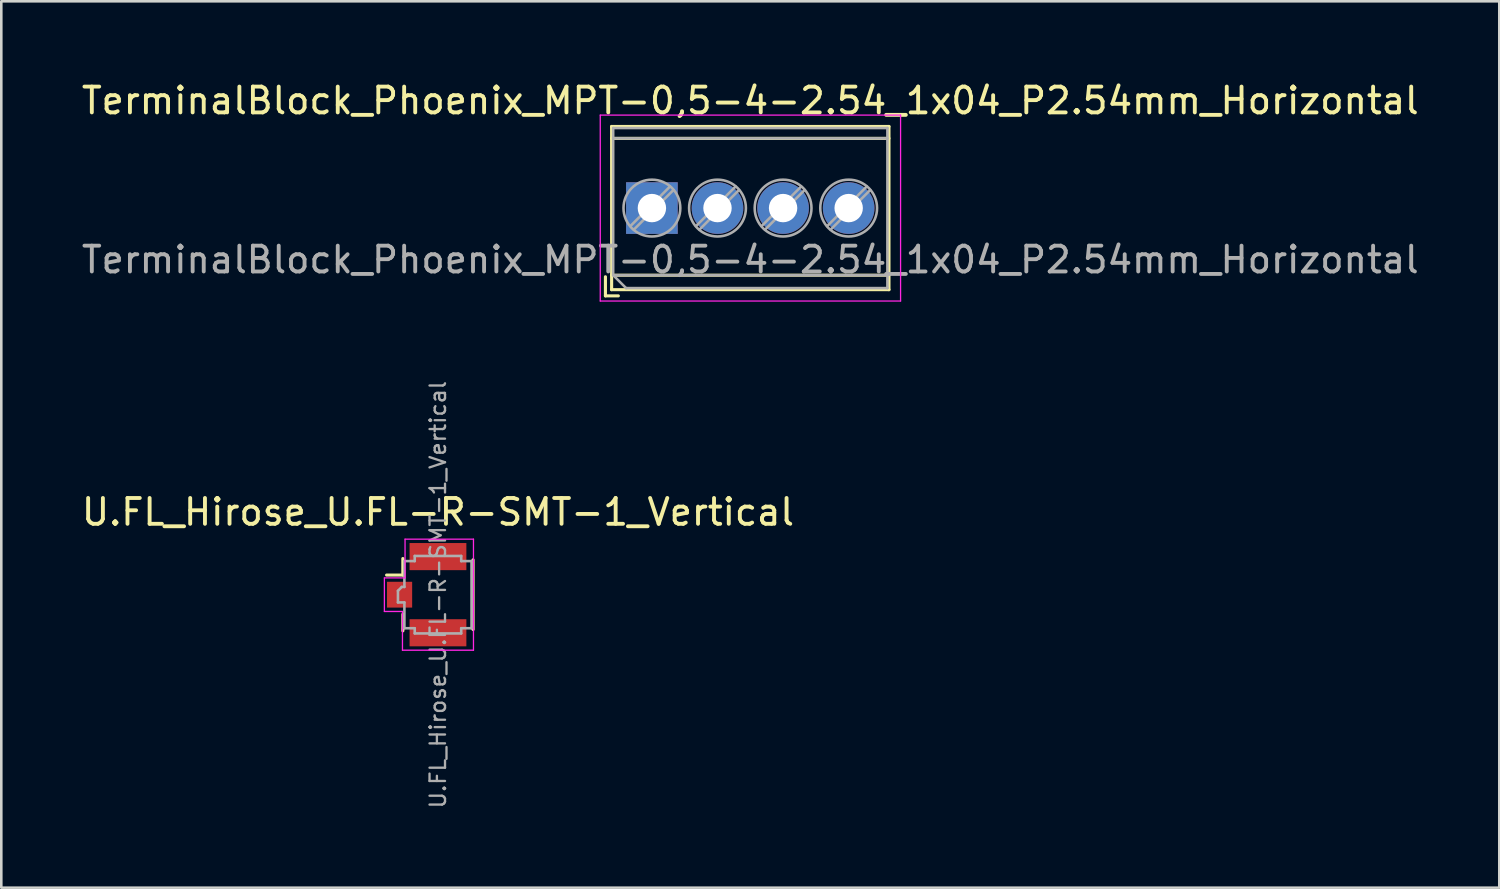
<source format=kicad_pcb>
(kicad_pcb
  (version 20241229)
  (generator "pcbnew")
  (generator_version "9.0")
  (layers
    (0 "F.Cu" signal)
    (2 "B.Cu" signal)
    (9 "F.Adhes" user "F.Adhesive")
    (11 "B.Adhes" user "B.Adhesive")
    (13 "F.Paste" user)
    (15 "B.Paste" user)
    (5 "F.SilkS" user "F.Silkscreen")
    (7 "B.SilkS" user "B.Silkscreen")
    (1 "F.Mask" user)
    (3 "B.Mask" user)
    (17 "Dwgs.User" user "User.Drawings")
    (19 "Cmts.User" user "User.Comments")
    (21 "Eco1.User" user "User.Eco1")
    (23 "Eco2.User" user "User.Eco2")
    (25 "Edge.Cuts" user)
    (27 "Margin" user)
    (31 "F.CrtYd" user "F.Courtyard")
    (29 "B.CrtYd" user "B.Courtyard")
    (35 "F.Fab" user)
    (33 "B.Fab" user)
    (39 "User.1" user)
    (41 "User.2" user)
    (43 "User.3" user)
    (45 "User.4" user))
  (footprint "U.FL_Hirose_U.FL-R-SMT-1_Vertical"
    (layer "F.Cu")
    (at 13.436 19.98)
    (property "Reference" "U.FL_Hirose_U.FL-R-SMT-1_Vertical" (at 0.475 -3.2 0) (layer "F.SilkS") (effects (font (size 1 1) (thickness 0.15))))
    (attr smd)
    (fp_line (start -0.885 -1.4) (end -0.885 -0.76) (stroke (width 0.12) (type solid)) (layer "F.SilkS"))
    (fp_line (start -0.885 -0.76) (end -1.515 -0.76) (stroke (width 0.12) (type solid)) (layer "F.SilkS"))
    (fp_line (start -0.885 1.4) (end -0.885 0.76) (stroke (width 0.12) (type solid)) (layer "F.SilkS"))
    (fp_line (start 1.835 -1.35) (end 1.835 1.35) (stroke (width 0.12) (type solid)) (layer "F.SilkS"))
    (fp_line (start -1.6 0.65) (end -1.6 -0.65) (stroke (width 0.05) (type solid)) (layer "F.CrtYd"))
    (fp_line (start -0.9 0.65) (end -1.6 0.65) (stroke (width 0.05) (type solid)) (layer "F.CrtYd"))
    (fp_line (start -0.9 2.15) (end -0.9 0.65) (stroke (width 0.05) (type solid)) (layer "F.CrtYd"))
    (fp_line (start -0.8 -0.65) (end -1.6 -0.65) (stroke (width 0.05) (type solid)) (layer "F.CrtYd"))
    (fp_line (start -0.8 -0.65) (end -0.8 -2.15) (stroke (width 0.05) (type solid)) (layer "F.CrtYd"))
    (fp_line (start 1.85 -2.15) (end -0.8 -2.15) (stroke (width 0.05) (type solid)) (layer "F.CrtYd"))
    (fp_line (start 1.85 -2.15) (end 1.85 2.15) (stroke (width 0.05) (type default)) (layer "F.CrtYd"))
    (fp_line (start 1.85 2.15) (end -0.9 2.15) (stroke (width 0.05) (type solid)) (layer "F.CrtYd"))
    (fp_line (start -1.075 0.3) (end -1.075 -0.15) (stroke (width 0.1) (type solid)) (layer "F.Fab"))
    (fp_line (start -1.075 0.3) (end -0.825 0.3) (stroke (width 0.1) (type solid)) (layer "F.Fab"))
    (fp_line (start -0.925 -0.3) (end -1.075 -0.15) (stroke (width 0.1) (type solid)) (layer "F.Fab"))
    (fp_line (start -0.925 -0.3) (end -0.825 -0.3) (stroke (width 0.1) (type solid)) (layer "F.Fab"))
    (fp_line (start -0.825 -0.3) (end -0.825 -1.3) (stroke (width 0.1) (type solid)) (layer "F.Fab"))
    (fp_line (start -0.825 0.3) (end -0.825 1.3) (stroke (width 0.1) (type solid)) (layer "F.Fab"))
    (fp_line (start -0.425 -1.5) (end -0.425 -1.3) (stroke (width 0.1) (type solid)) (layer "F.Fab"))
    (fp_line (start -0.425 -1.5) (end 1.375 -1.5) (stroke (width 0.1) (type solid)) (layer "F.Fab"))
    (fp_line (start -0.425 -1.3) (end -0.825 -1.3) (stroke (width 0.1) (type solid)) (layer "F.Fab"))
    (fp_line (start -0.425 1.3) (end -0.825 1.3) (stroke (width 0.1) (type solid)) (layer "F.Fab"))
    (fp_line (start -0.425 1.5) (end -0.425 1.3) (stroke (width 0.1) (type solid)) (layer "F.Fab"))
    (fp_line (start -0.425 1.5) (end 1.375 1.5) (stroke (width 0.1) (type solid)) (layer "F.Fab"))
    (fp_line (start 1.375 -1.5) (end 1.375 -1.3) (stroke (width 0.1) (type solid)) (layer "F.Fab"))
    (fp_line (start 1.375 1.5) (end 1.375 1.3) (stroke (width 0.1) (type solid)) (layer "F.Fab"))
    (fp_line (start 1.775 -1.3) (end 1.375 -1.3) (stroke (width 0.1) (type solid)) (layer "F.Fab"))
    (fp_line (start 1.775 -1.3) (end 1.775 1.3) (stroke (width 0.1) (type solid)) (layer "F.Fab"))
    (fp_line (start 1.775 1.3) (end 1.375 1.3) (stroke (width 0.1) (type solid)) (layer "F.Fab"))
    (fp_text user "${REFERENCE}" (at 0.475 0 90) (layer "F.Fab") (effects (font (size 0.6 0.6) (thickness 0.09))))
    (pad "1" smd rect (at -1.012 0) (size 0.975 1) (layers "F.Cu" "F.Mask" "F.Paste"))
    (pad "2" smd rect (at 0.475 -1.475) (size 2.2 1.05) (layers "F.Cu" "F.Mask" "F.Paste"))
    (pad "2" smd rect (at 0.475 1.475) (size 2.2 1.05) (layers "F.Cu" "F.Mask" "F.Paste")))
  (footprint "TerminalBlock_Phoenix_MPT-0,5-4-2.54_1x04_P2.54mm_Horizontal"
    (layer "F.Cu")
    (at 22.196 5.008)
    (property "Reference" "TerminalBlock_Phoenix_MPT-0,5-4-2.54_1x04_P2.54mm_Horizontal" (at 3.81 -4.16 0) (layer "F.SilkS") (effects (font (size 1 1) (thickness 0.15))))
    (attr through_hole)
    (fp_line (start -1.8 2.66) (end -1.8 3.4) (stroke (width 0.12) (type solid)) (layer "F.SilkS"))
    (fp_line (start -1.8 3.4) (end -1.3 3.4) (stroke (width 0.12) (type solid)) (layer "F.SilkS"))
    (fp_line (start -1.56 -3.16) (end -1.56 3.16) (stroke (width 0.12) (type solid)) (layer "F.SilkS"))
    (fp_line (start -1.56 -3.16) (end 9.18 -3.16) (stroke (width 0.12) (type solid)) (layer "F.SilkS"))
    (fp_line (start -1.56 -2.7) (end 9.18 -2.7) (stroke (width 0.12) (type solid)) (layer "F.SilkS"))
    (fp_line (start -1.56 2.6) (end 9.18 2.6) (stroke (width 0.12) (type solid)) (layer "F.SilkS"))
    (fp_line (start -1.56 3.16) (end 9.18 3.16) (stroke (width 0.12) (type solid)) (layer "F.SilkS"))
    (fp_line (start 9.18 -3.16) (end 9.18 3.16) (stroke (width 0.12) (type solid)) (layer "F.SilkS"))
    (fp_line (start -2 -3.6) (end -2 3.6) (stroke (width 0.05) (type solid)) (layer "F.CrtYd"))
    (fp_line (start -2 3.6) (end 9.63 3.6) (stroke (width 0.05) (type solid)) (layer "F.CrtYd"))
    (fp_line (start 9.63 -3.6) (end -2 -3.6) (stroke (width 0.05) (type solid)) (layer "F.CrtYd"))
    (fp_line (start 9.63 3.6) (end 9.63 -3.6) (stroke (width 0.05) (type solid)) (layer "F.CrtYd"))
    (fp_line (start -1.5 -3.1) (end 9.12 -3.1) (stroke (width 0.1) (type solid)) (layer "F.Fab"))
    (fp_line (start -1.5 -2.7) (end 9.12 -2.7) (stroke (width 0.1) (type solid)) (layer "F.Fab"))
    (fp_line (start -1.5 2.6) (end -1.5 -3.1) (stroke (width 0.1) (type solid)) (layer "F.Fab"))
    (fp_line (start -1.5 2.6) (end 9.12 2.6) (stroke (width 0.1) (type solid)) (layer "F.Fab"))
    (fp_line (start -1 3.1) (end -1.5 2.6) (stroke (width 0.1) (type solid)) (layer "F.Fab"))
    (fp_line (start 0.701 -0.835) (end -0.835 0.7) (stroke (width 0.1) (type solid)) (layer "F.Fab"))
    (fp_line (start 0.835 -0.7) (end -0.701 0.835) (stroke (width 0.1) (type solid)) (layer "F.Fab"))
    (fp_line (start 3.241 -0.835) (end 1.706 0.7) (stroke (width 0.1) (type solid)) (layer "F.Fab"))
    (fp_line (start 3.375 -0.7) (end 1.84 0.835) (stroke (width 0.1) (type solid)) (layer "F.Fab"))
    (fp_line (start 5.781 -0.835) (end 4.246 0.7) (stroke (width 0.1) (type solid)) (layer "F.Fab"))
    (fp_line (start 5.915 -0.7) (end 4.38 0.835) (stroke (width 0.1) (type solid)) (layer "F.Fab"))
    (fp_line (start 8.321 -0.835) (end 6.786 0.7) (stroke (width 0.1) (type solid)) (layer "F.Fab"))
    (fp_line (start 8.455 -0.7) (end 6.92 0.835) (stroke (width 0.1) (type solid)) (layer "F.Fab"))
    (fp_line (start 9.12 -3.1) (end 9.12 3.1) (stroke (width 0.1) (type solid)) (layer "F.Fab"))
    (fp_line (start 9.12 3.1) (end -1 3.1) (stroke (width 0.1) (type solid)) (layer "F.Fab"))
    (fp_circle (center 0 0) (end 1.1 0) (stroke (width 0.1) (type solid)) (fill no) (layer "F.Fab"))
    (fp_circle (center 2.54 0) (end 3.64 0) (stroke (width 0.1) (type solid)) (fill no) (layer "F.Fab"))
    (fp_circle (center 5.08 0) (end 6.18 0) (stroke (width 0.1) (type solid)) (fill no) (layer "F.Fab"))
    (fp_circle (center 7.62 0) (end 8.72 0) (stroke (width 0.1) (type solid)) (fill no) (layer "F.Fab"))
    (fp_text user "${REFERENCE}" (at 3.81 2 0) (layer "F.Fab") (effects (font (size 1 1) (thickness 0.15))))
    (pad "1" thru_hole rect (at 0 0) (size 2 2) (drill 1.1) (layers "*.Cu" "*.Mask"))
    (pad "2" thru_hole circle (at 2.54 0) (size 2 2) (drill 1.1) (layers "*.Cu" "*.Mask"))
    (pad "3" thru_hole circle (at 5.08 0) (size 2 2) (drill 1.1) (layers "*.Cu" "*.Mask"))
    (pad "4" thru_hole circle (at 7.62 0) (size 2 2) (drill 1.1) (layers "*.Cu" "*.Mask")))
  (gr_rect
    (start -3 -3)
    (end 55.012 31.326)
    (stroke (width 0.1) (type default))
    (fill no)
    (layer "Edge.Cuts")))
</source>
